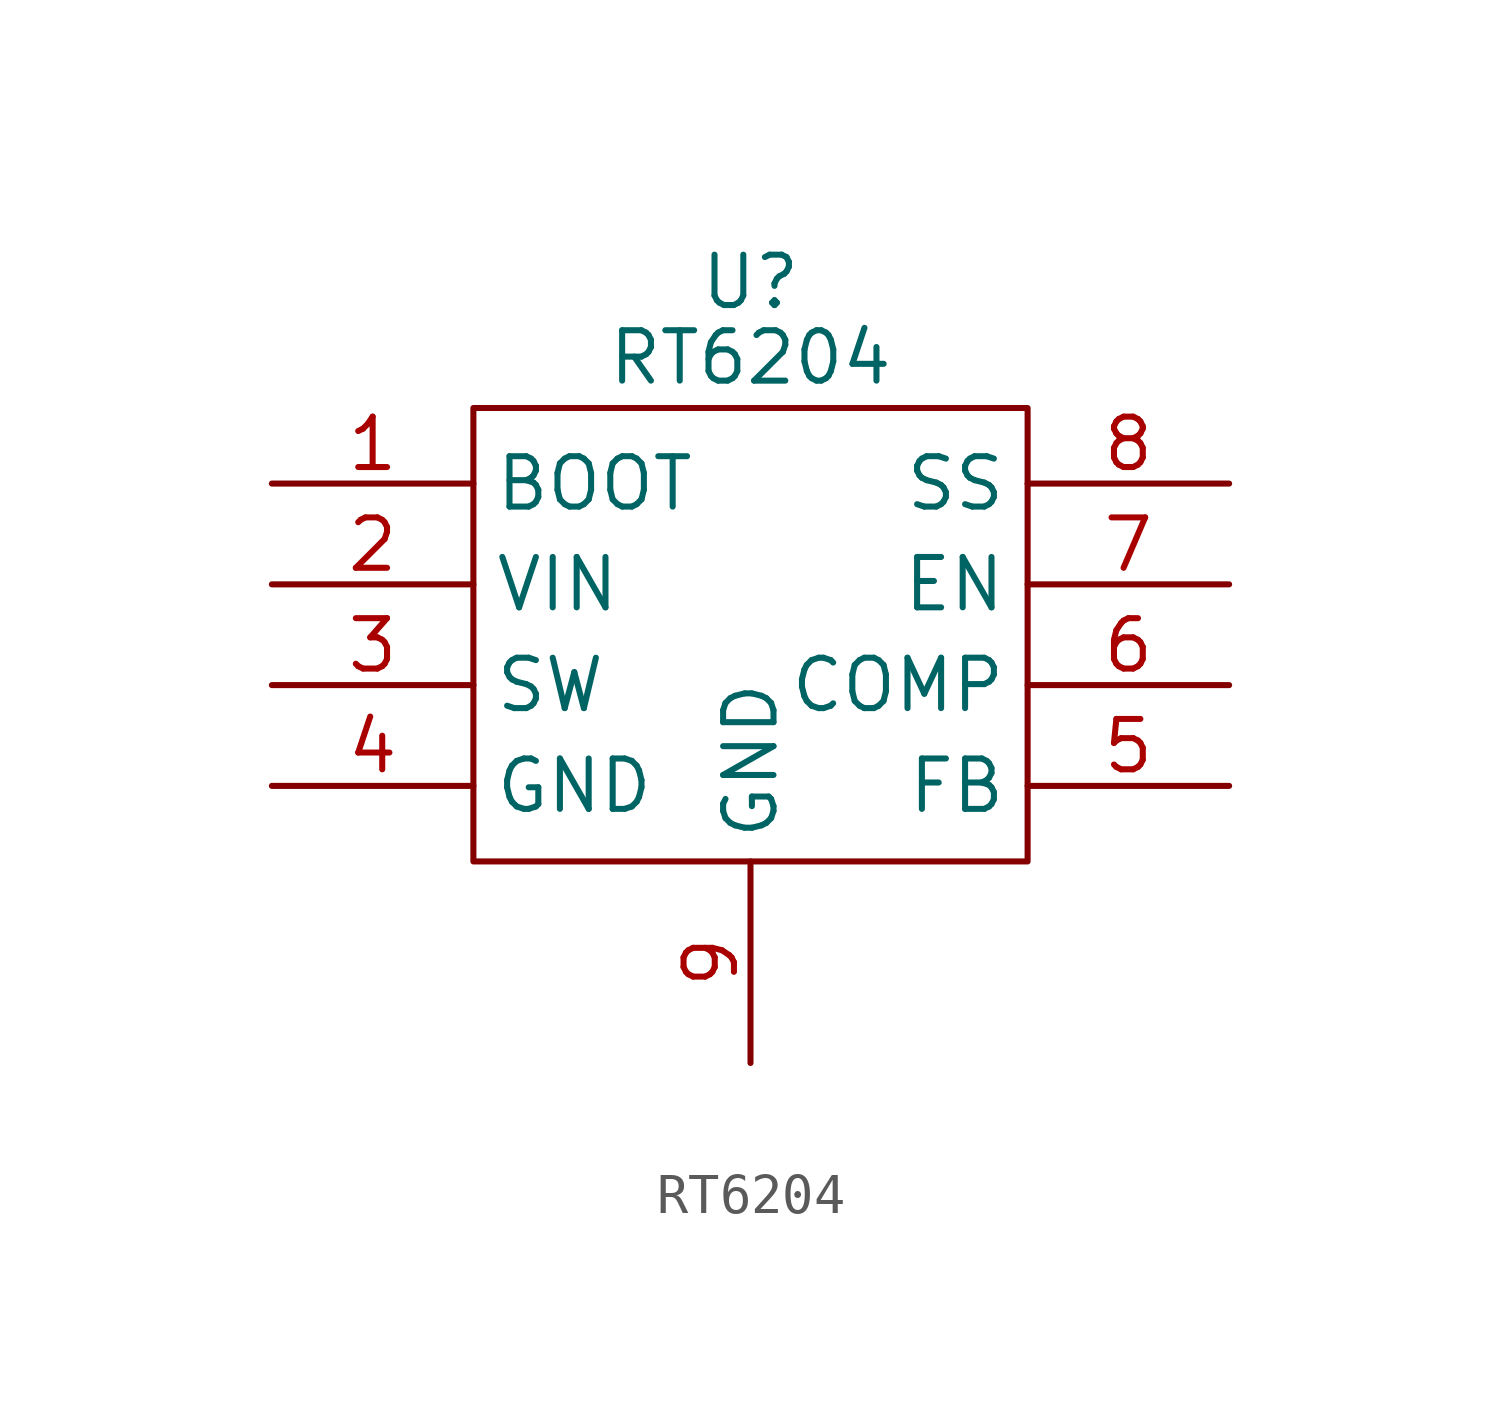
<source format=kicad_sym>
(kicad_symbol_lib
  (version 20220914)
  (generator kicad_symbol_editor)
  (symbol "RT6204"
    (property "Reference" "U"
      (at 0 8.89 0)
      (effects (font (size 1.27 1.27))))
    (property "Value" "RT6204"
      (at 0 6.985 0)
      (effects (font (size 1.27 1.27))))
    (symbol "RT6204_0_1"
      (rectangle (start -6.985 5.715) (end 6.985 -5.715) (stroke (width 0) (type default)) (fill (type none))))
    (symbol "RT6204_1_1"
      (pin bidirectional line (at -12.065 3.81 0) (length 5.08) (name "BOOT" (effects (font (size 1.27 1.27)))) (number "1" (effects (font (size 1.27 1.27)))))
      (pin power_in line (at -12.065 1.27 0) (length 5.08) (name "VIN" (effects (font (size 1.27 1.27)))) (number "2" (effects (font (size 1.27 1.27)))))
      (pin bidirectional line (at -12.065 -1.27 0) (length 5.08) (name "SW" (effects (font (size 1.27 1.27)))) (number "3" (effects (font (size 1.27 1.27)))))
      (pin power_in line (at -12.065 -3.81 0) (length 5.08) (name "GND" (effects (font (size 1.27 1.27)))) (number "4" (effects (font (size 1.27 1.27)))) (alternate "Pad" power_in line))
      (pin input line (at 12.065 -3.81 180) (length 5.08) (name "FB" (effects (font (size 1.27 1.27)))) (number "5" (effects (font (size 1.27 1.27)))))
      (pin input line (at 12.065 -1.27 180) (length 5.08) (name "COMP" (effects (font (size 1.27 1.27)))) (number "6" (effects (font (size 1.27 1.27)))))
      (pin input line (at 12.065 1.27 180) (length 5.08) (name "EN" (effects (font (size 1.27 1.27)))) (number "7" (effects (font (size 1.27 1.27)))))
      (pin input line (at 12.065 3.81 180) (length 5.08) (name "SS" (effects (font (size 1.27 1.27)))) (number "8" (effects (font (size 1.27 1.27)))))
      (pin power_in line (at 0 -10.795 90) (length 5.08) (name "GND" (effects (font (size 1.27 1.27)))) (number "9" (effects (font (size 1.27 1.27))))))))
</source>
